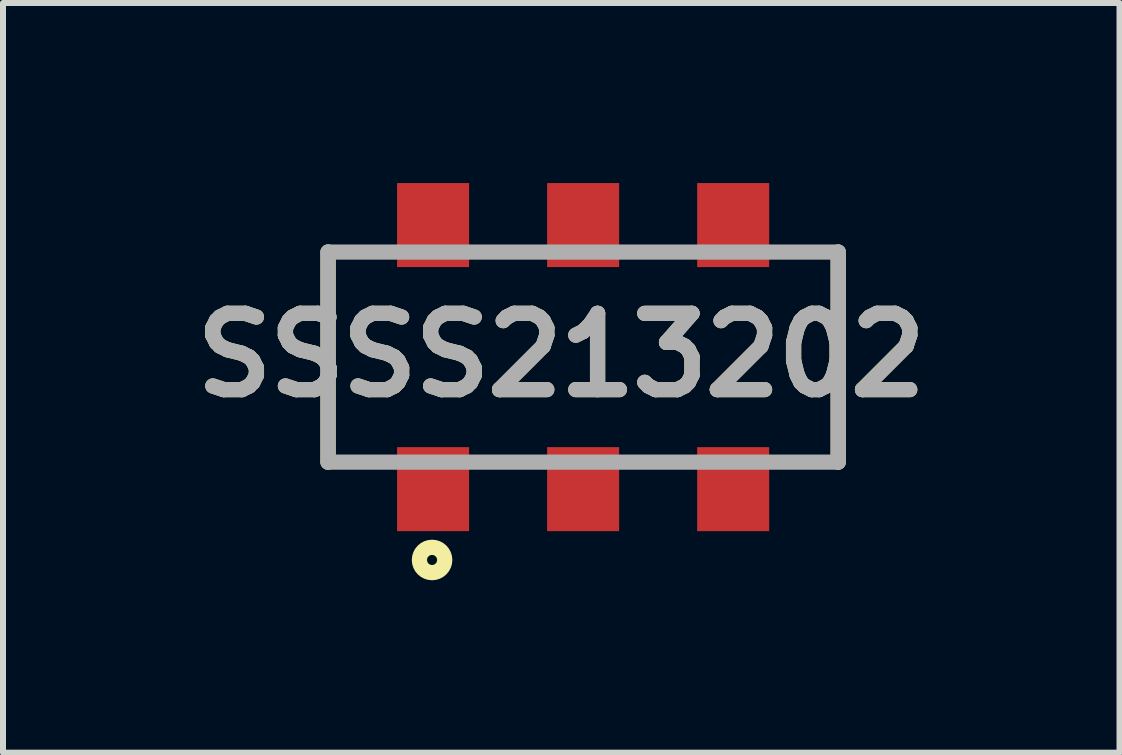
<source format=kicad_pcb>
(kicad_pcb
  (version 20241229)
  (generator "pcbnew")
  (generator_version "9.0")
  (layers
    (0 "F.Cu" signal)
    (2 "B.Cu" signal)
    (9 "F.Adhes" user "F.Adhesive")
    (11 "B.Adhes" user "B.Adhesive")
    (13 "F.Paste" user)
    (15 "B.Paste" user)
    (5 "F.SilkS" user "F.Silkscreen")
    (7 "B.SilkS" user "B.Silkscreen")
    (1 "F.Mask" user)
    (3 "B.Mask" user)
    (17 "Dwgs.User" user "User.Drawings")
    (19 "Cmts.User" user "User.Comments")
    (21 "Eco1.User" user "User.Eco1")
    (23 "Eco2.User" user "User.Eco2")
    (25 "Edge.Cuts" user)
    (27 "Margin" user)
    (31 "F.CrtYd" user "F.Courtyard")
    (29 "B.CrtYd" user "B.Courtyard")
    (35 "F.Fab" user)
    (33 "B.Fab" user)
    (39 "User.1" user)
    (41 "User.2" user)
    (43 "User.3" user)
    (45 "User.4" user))
  (footprint "SSSS213202"
    (layer "F.Cu")
    (at 6.666 2.9)
    (property "Reference" "SSSS213202" (at -0.364 -0.033 0) (layer "F.SilkS") (effects (font (size 1.27 1.27) (thickness 0.254))))
    (attr smd)
    (fp_line (start -4.25 1.75) (end -4.25 -1.75) (stroke (width 0.254) (type solid)) (layer "F.SilkS"))
    (fp_line (start 4.25 -1.75) (end 4.25 1.75) (stroke (width 0.254) (type solid)) (layer "F.SilkS"))
    (fp_circle (center -2.517 3.38) (end -2.517 3.464) (stroke (width 0.254) (type solid)) (fill no) (layer "F.SilkS"))
    (fp_line (start -4.25 -1.75) (end 4.25 -1.75) (stroke (width 0.254) (type solid)) (layer "F.Fab"))
    (fp_line (start -4.25 1.75) (end -4.25 -1.75) (stroke (width 0.254) (type solid)) (layer "F.Fab"))
    (fp_line (start 4.25 -1.75) (end 4.25 1.75) (stroke (width 0.254) (type solid)) (layer "F.Fab"))
    (fp_line (start 4.25 1.75) (end -4.25 1.75) (stroke (width 0.254) (type solid)) (layer "F.Fab"))
    (fp_text user "${REFERENCE}" (at -0.364 -0.033 0) (layer "F.Fab") (effects (font (size 1.27 1.27) (thickness 0.254))))
    (pad "1" smd rect (at -2.5 2.2) (size 1.2 1.4) (layers "F.Cu" "F.Mask" "F.Paste"))
    (pad "2" smd rect (at 0 2.2) (size 1.2 1.4) (layers "F.Cu" "F.Mask" "F.Paste"))
    (pad "3" smd rect (at 2.5 2.2) (size 1.2 1.4) (layers "F.Cu" "F.Mask" "F.Paste"))
    (pad "4" smd rect (at -2.5 -2.2) (size 1.2 1.4) (layers "F.Cu" "F.Mask" "F.Paste"))
    (pad "5" smd rect (at 0 -2.2) (size 1.2 1.4) (layers "F.Cu" "F.Mask" "F.Paste"))
    (pad "6" smd rect (at 2.5 -2.2) (size 1.2 1.4) (layers "F.Cu" "F.Mask" "F.Paste")))
  (gr_rect
    (start -3 -3)
    (end 15.603 9.491)
    (stroke (width 0.1) (type default))
    (fill no)
    (layer "Edge.Cuts")))
</source>
